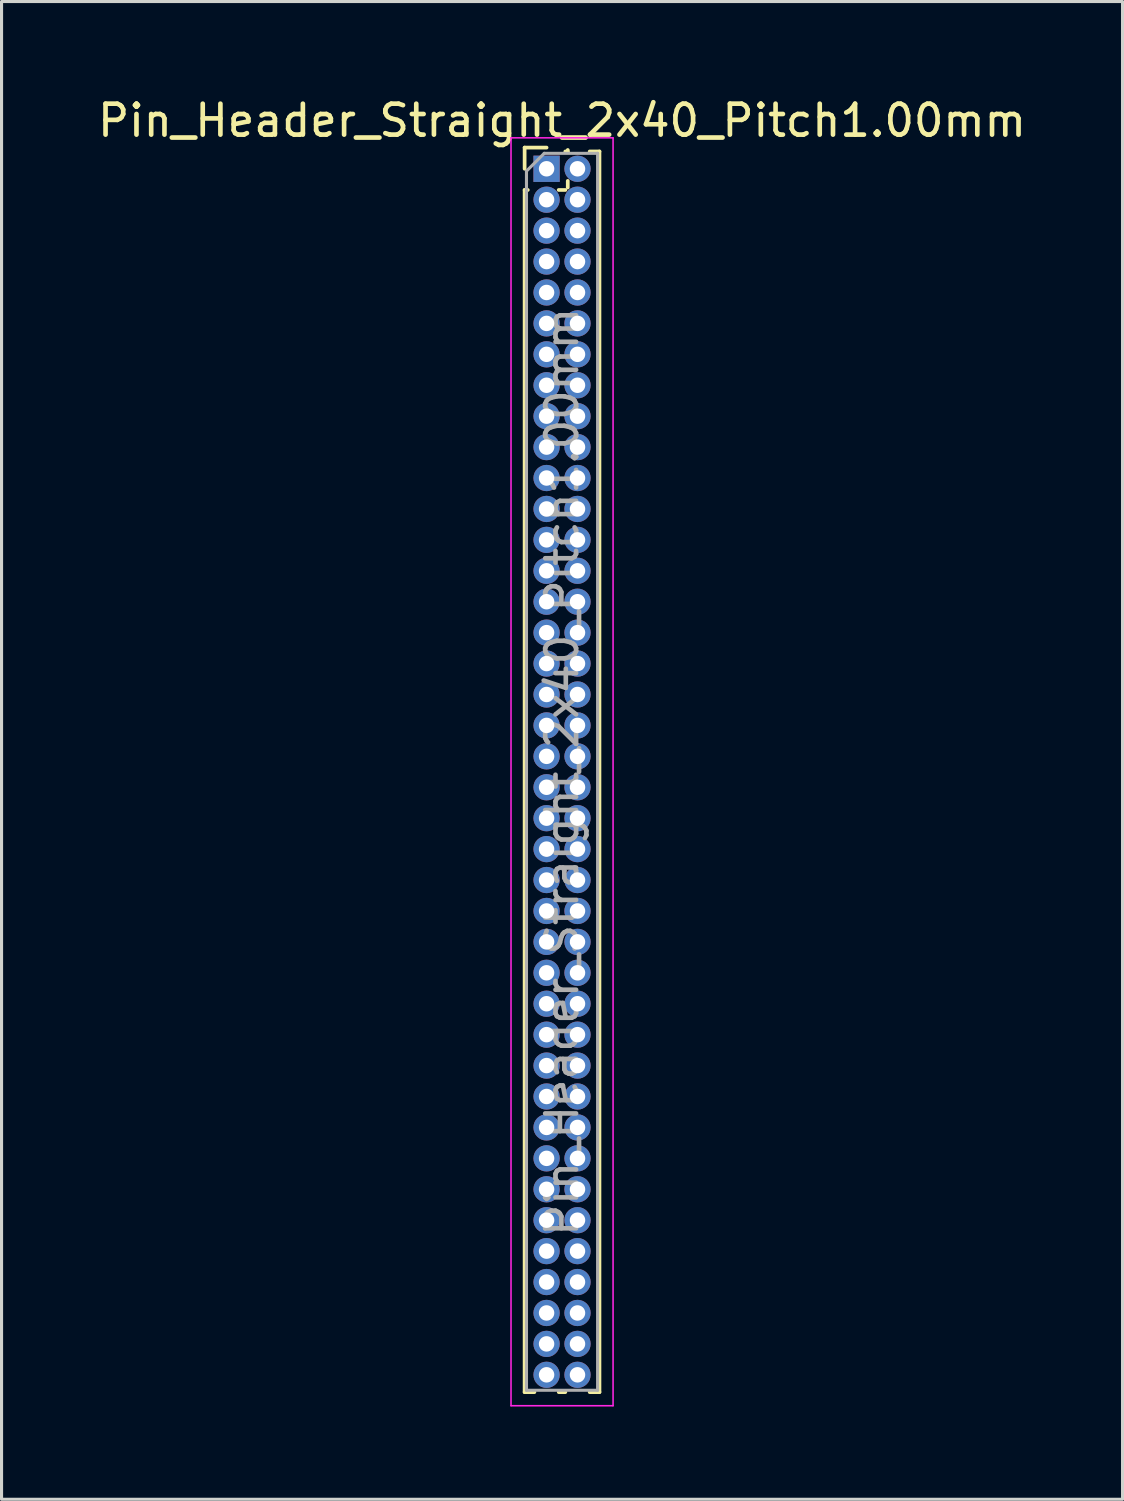
<source format=kicad_pcb>
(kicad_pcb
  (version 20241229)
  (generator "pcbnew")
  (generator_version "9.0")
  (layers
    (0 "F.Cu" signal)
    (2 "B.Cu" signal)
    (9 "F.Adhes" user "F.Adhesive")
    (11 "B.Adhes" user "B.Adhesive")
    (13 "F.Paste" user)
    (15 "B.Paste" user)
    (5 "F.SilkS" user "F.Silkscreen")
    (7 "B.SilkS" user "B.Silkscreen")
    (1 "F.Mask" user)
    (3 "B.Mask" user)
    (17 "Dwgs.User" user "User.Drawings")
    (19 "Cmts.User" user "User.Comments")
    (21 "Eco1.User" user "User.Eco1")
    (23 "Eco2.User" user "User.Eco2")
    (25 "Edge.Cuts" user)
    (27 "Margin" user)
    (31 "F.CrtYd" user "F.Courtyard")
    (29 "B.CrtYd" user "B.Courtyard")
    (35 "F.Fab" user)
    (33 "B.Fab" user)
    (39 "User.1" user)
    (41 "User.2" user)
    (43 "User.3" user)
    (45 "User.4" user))
  (footprint "Pin_Header_Straight_2x40_Pitch1.00mm"
    (layer "F.Cu")
    (at 14.625 2.408)
    (property "Reference" "Pin_Header_Straight_2x40_Pitch1.00mm" (at 0.5 -1.56 0) (layer "F.SilkS") (effects (font (size 1 1) (thickness 0.15))))
    (attr through_hole)
    (fp_line (start -0.71 -0.685) (end 0 -0.685) (stroke (width 0.12) (type solid)) (layer "F.SilkS"))
    (fp_line (start -0.71 0) (end -0.71 -0.685) (stroke (width 0.12) (type solid)) (layer "F.SilkS"))
    (fp_line (start -0.71 0.685) (end -0.71 39.56) (stroke (width 0.12) (type solid)) (layer "F.SilkS"))
    (fp_line (start -0.71 0.685) (end -0.608 0.685) (stroke (width 0.12) (type solid)) (layer "F.SilkS"))
    (fp_line (start -0.71 39.56) (end -0.394 39.56) (stroke (width 0.12) (type solid)) (layer "F.SilkS"))
    (fp_line (start 0.394 39.56) (end 0.606 39.56) (stroke (width 0.12) (type solid)) (layer "F.SilkS"))
    (fp_line (start 0.608 0.685) (end 0.392 0.685) (stroke (width 0.12) (type solid)) (layer "F.SilkS"))
    (fp_line (start 0.685 -0.608) (end 0.685 -0.56) (stroke (width 0.12) (type solid)) (layer "F.SilkS"))
    (fp_line (start 0.685 -0.56) (end 0.606 -0.56) (stroke (width 0.12) (type solid)) (layer "F.SilkS"))
    (fp_line (start 0.685 0.392) (end 0.685 0.608) (stroke (width 0.12) (type solid)) (layer "F.SilkS"))
    (fp_line (start 1.394 -0.56) (end 1.71 -0.56) (stroke (width 0.12) (type solid)) (layer "F.SilkS"))
    (fp_line (start 1.394 39.56) (end 1.71 39.56) (stroke (width 0.12) (type solid)) (layer "F.SilkS"))
    (fp_line (start 1.71 -0.56) (end 1.71 39.56) (stroke (width 0.12) (type solid)) (layer "F.SilkS"))
    (fp_line (start -1.15 -1) (end -1.15 40) (stroke (width 0.05) (type solid)) (layer "F.CrtYd"))
    (fp_line (start -1.15 40) (end 2.15 40) (stroke (width 0.05) (type solid)) (layer "F.CrtYd"))
    (fp_line (start 2.15 -1) (end -1.15 -1) (stroke (width 0.05) (type solid)) (layer "F.CrtYd"))
    (fp_line (start 2.15 40) (end 2.15 -1) (stroke (width 0.05) (type solid)) (layer "F.CrtYd"))
    (fp_line (start -0.65 0.075) (end -0.075 -0.5) (stroke (width 0.1) (type solid)) (layer "F.Fab"))
    (fp_line (start -0.65 39.5) (end -0.65 0.075) (stroke (width 0.1) (type solid)) (layer "F.Fab"))
    (fp_line (start -0.075 -0.5) (end 1.65 -0.5) (stroke (width 0.1) (type solid)) (layer "F.Fab"))
    (fp_line (start 1.65 -0.5) (end 1.65 39.5) (stroke (width 0.1) (type solid)) (layer "F.Fab"))
    (fp_line (start 1.65 39.5) (end -0.65 39.5) (stroke (width 0.1) (type solid)) (layer "F.Fab"))
    (fp_text user "${REFERENCE}" (at 0.5 19.5 90) (layer "F.Fab") (effects (font (size 1 1) (thickness 0.15))))
    (pad "1" thru_hole rect (at 0 0) (size 0.85 0.85) (drill 0.5) (layers "*.Cu" "*.Mask"))
    (pad "2" thru_hole oval (at 1 0) (size 0.85 0.85) (drill 0.5) (layers "*.Cu" "*.Mask"))
    (pad "3" thru_hole oval (at 0 1) (size 0.85 0.85) (drill 0.5) (layers "*.Cu" "*.Mask"))
    (pad "4" thru_hole oval (at 1 1) (size 0.85 0.85) (drill 0.5) (layers "*.Cu" "*.Mask"))
    (pad "5" thru_hole oval (at 0 2) (size 0.85 0.85) (drill 0.5) (layers "*.Cu" "*.Mask"))
    (pad "6" thru_hole oval (at 1 2) (size 0.85 0.85) (drill 0.5) (layers "*.Cu" "*.Mask"))
    (pad "7" thru_hole oval (at 0 3) (size 0.85 0.85) (drill 0.5) (layers "*.Cu" "*.Mask"))
    (pad "8" thru_hole oval (at 1 3) (size 0.85 0.85) (drill 0.5) (layers "*.Cu" "*.Mask"))
    (pad "9" thru_hole oval (at 0 4) (size 0.85 0.85) (drill 0.5) (layers "*.Cu" "*.Mask"))
    (pad "10" thru_hole oval (at 1 4) (size 0.85 0.85) (drill 0.5) (layers "*.Cu" "*.Mask"))
    (pad "11" thru_hole oval (at 0 5) (size 0.85 0.85) (drill 0.5) (layers "*.Cu" "*.Mask"))
    (pad "12" thru_hole oval (at 1 5) (size 0.85 0.85) (drill 0.5) (layers "*.Cu" "*.Mask"))
    (pad "13" thru_hole oval (at 0 6) (size 0.85 0.85) (drill 0.5) (layers "*.Cu" "*.Mask"))
    (pad "14" thru_hole oval (at 1 6) (size 0.85 0.85) (drill 0.5) (layers "*.Cu" "*.Mask"))
    (pad "15" thru_hole oval (at 0 7) (size 0.85 0.85) (drill 0.5) (layers "*.Cu" "*.Mask"))
    (pad "16" thru_hole oval (at 1 7) (size 0.85 0.85) (drill 0.5) (layers "*.Cu" "*.Mask"))
    (pad "17" thru_hole oval (at 0 8) (size 0.85 0.85) (drill 0.5) (layers "*.Cu" "*.Mask"))
    (pad "18" thru_hole oval (at 1 8) (size 0.85 0.85) (drill 0.5) (layers "*.Cu" "*.Mask"))
    (pad "19" thru_hole oval (at 0 9) (size 0.85 0.85) (drill 0.5) (layers "*.Cu" "*.Mask"))
    (pad "20" thru_hole oval (at 1 9) (size 0.85 0.85) (drill 0.5) (layers "*.Cu" "*.Mask"))
    (pad "21" thru_hole oval (at 0 10) (size 0.85 0.85) (drill 0.5) (layers "*.Cu" "*.Mask"))
    (pad "22" thru_hole oval (at 1 10) (size 0.85 0.85) (drill 0.5) (layers "*.Cu" "*.Mask"))
    (pad "23" thru_hole oval (at 0 11) (size 0.85 0.85) (drill 0.5) (layers "*.Cu" "*.Mask"))
    (pad "24" thru_hole oval (at 1 11) (size 0.85 0.85) (drill 0.5) (layers "*.Cu" "*.Mask"))
    (pad "25" thru_hole oval (at 0 12) (size 0.85 0.85) (drill 0.5) (layers "*.Cu" "*.Mask"))
    (pad "26" thru_hole oval (at 1 12) (size 0.85 0.85) (drill 0.5) (layers "*.Cu" "*.Mask"))
    (pad "27" thru_hole oval (at 0 13) (size 0.85 0.85) (drill 0.5) (layers "*.Cu" "*.Mask"))
    (pad "28" thru_hole oval (at 1 13) (size 0.85 0.85) (drill 0.5) (layers "*.Cu" "*.Mask"))
    (pad "29" thru_hole oval (at 0 14) (size 0.85 0.85) (drill 0.5) (layers "*.Cu" "*.Mask"))
    (pad "30" thru_hole oval (at 1 14) (size 0.85 0.85) (drill 0.5) (layers "*.Cu" "*.Mask"))
    (pad "31" thru_hole oval (at 0 15) (size 0.85 0.85) (drill 0.5) (layers "*.Cu" "*.Mask"))
    (pad "32" thru_hole oval (at 1 15) (size 0.85 0.85) (drill 0.5) (layers "*.Cu" "*.Mask"))
    (pad "33" thru_hole oval (at 0 16) (size 0.85 0.85) (drill 0.5) (layers "*.Cu" "*.Mask"))
    (pad "34" thru_hole oval (at 1 16) (size 0.85 0.85) (drill 0.5) (layers "*.Cu" "*.Mask"))
    (pad "35" thru_hole oval (at 0 17) (size 0.85 0.85) (drill 0.5) (layers "*.Cu" "*.Mask"))
    (pad "36" thru_hole oval (at 1 17) (size 0.85 0.85) (drill 0.5) (layers "*.Cu" "*.Mask"))
    (pad "37" thru_hole oval (at 0 18) (size 0.85 0.85) (drill 0.5) (layers "*.Cu" "*.Mask"))
    (pad "38" thru_hole oval (at 1 18) (size 0.85 0.85) (drill 0.5) (layers "*.Cu" "*.Mask"))
    (pad "39" thru_hole oval (at 0 19) (size 0.85 0.85) (drill 0.5) (layers "*.Cu" "*.Mask"))
    (pad "40" thru_hole oval (at 1 19) (size 0.85 0.85) (drill 0.5) (layers "*.Cu" "*.Mask"))
    (pad "41" thru_hole oval (at 0 20) (size 0.85 0.85) (drill 0.5) (layers "*.Cu" "*.Mask"))
    (pad "42" thru_hole oval (at 1 20) (size 0.85 0.85) (drill 0.5) (layers "*.Cu" "*.Mask"))
    (pad "43" thru_hole oval (at 0 21) (size 0.85 0.85) (drill 0.5) (layers "*.Cu" "*.Mask"))
    (pad "44" thru_hole oval (at 1 21) (size 0.85 0.85) (drill 0.5) (layers "*.Cu" "*.Mask"))
    (pad "45" thru_hole oval (at 0 22) (size 0.85 0.85) (drill 0.5) (layers "*.Cu" "*.Mask"))
    (pad "46" thru_hole oval (at 1 22) (size 0.85 0.85) (drill 0.5) (layers "*.Cu" "*.Mask"))
    (pad "47" thru_hole oval (at 0 23) (size 0.85 0.85) (drill 0.5) (layers "*.Cu" "*.Mask"))
    (pad "48" thru_hole oval (at 1 23) (size 0.85 0.85) (drill 0.5) (layers "*.Cu" "*.Mask"))
    (pad "49" thru_hole oval (at 0 24) (size 0.85 0.85) (drill 0.5) (layers "*.Cu" "*.Mask"))
    (pad "50" thru_hole oval (at 1 24) (size 0.85 0.85) (drill 0.5) (layers "*.Cu" "*.Mask"))
    (pad "51" thru_hole oval (at 0 25) (size 0.85 0.85) (drill 0.5) (layers "*.Cu" "*.Mask"))
    (pad "52" thru_hole oval (at 1 25) (size 0.85 0.85) (drill 0.5) (layers "*.Cu" "*.Mask"))
    (pad "53" thru_hole oval (at 0 26) (size 0.85 0.85) (drill 0.5) (layers "*.Cu" "*.Mask"))
    (pad "54" thru_hole oval (at 1 26) (size 0.85 0.85) (drill 0.5) (layers "*.Cu" "*.Mask"))
    (pad "55" thru_hole oval (at 0 27) (size 0.85 0.85) (drill 0.5) (layers "*.Cu" "*.Mask"))
    (pad "56" thru_hole oval (at 1 27) (size 0.85 0.85) (drill 0.5) (layers "*.Cu" "*.Mask"))
    (pad "57" thru_hole oval (at 0 28) (size 0.85 0.85) (drill 0.5) (layers "*.Cu" "*.Mask"))
    (pad "58" thru_hole oval (at 1 28) (size 0.85 0.85) (drill 0.5) (layers "*.Cu" "*.Mask"))
    (pad "59" thru_hole oval (at 0 29) (size 0.85 0.85) (drill 0.5) (layers "*.Cu" "*.Mask"))
    (pad "60" thru_hole oval (at 1 29) (size 0.85 0.85) (drill 0.5) (layers "*.Cu" "*.Mask"))
    (pad "61" thru_hole oval (at 0 30) (size 0.85 0.85) (drill 0.5) (layers "*.Cu" "*.Mask"))
    (pad "62" thru_hole oval (at 1 30) (size 0.85 0.85) (drill 0.5) (layers "*.Cu" "*.Mask"))
    (pad "63" thru_hole oval (at 0 31) (size 0.85 0.85) (drill 0.5) (layers "*.Cu" "*.Mask"))
    (pad "64" thru_hole oval (at 1 31) (size 0.85 0.85) (drill 0.5) (layers "*.Cu" "*.Mask"))
    (pad "65" thru_hole oval (at 0 32) (size 0.85 0.85) (drill 0.5) (layers "*.Cu" "*.Mask"))
    (pad "66" thru_hole oval (at 1 32) (size 0.85 0.85) (drill 0.5) (layers "*.Cu" "*.Mask"))
    (pad "67" thru_hole oval (at 0 33) (size 0.85 0.85) (drill 0.5) (layers "*.Cu" "*.Mask"))
    (pad "68" thru_hole oval (at 1 33) (size 0.85 0.85) (drill 0.5) (layers "*.Cu" "*.Mask"))
    (pad "69" thru_hole oval (at 0 34) (size 0.85 0.85) (drill 0.5) (layers "*.Cu" "*.Mask"))
    (pad "70" thru_hole oval (at 1 34) (size 0.85 0.85) (drill 0.5) (layers "*.Cu" "*.Mask"))
    (pad "71" thru_hole oval (at 0 35) (size 0.85 0.85) (drill 0.5) (layers "*.Cu" "*.Mask"))
    (pad "72" thru_hole oval (at 1 35) (size 0.85 0.85) (drill 0.5) (layers "*.Cu" "*.Mask"))
    (pad "73" thru_hole oval (at 0 36) (size 0.85 0.85) (drill 0.5) (layers "*.Cu" "*.Mask"))
    (pad "74" thru_hole oval (at 1 36) (size 0.85 0.85) (drill 0.5) (layers "*.Cu" "*.Mask"))
    (pad "75" thru_hole oval (at 0 37) (size 0.85 0.85) (drill 0.5) (layers "*.Cu" "*.Mask"))
    (pad "76" thru_hole oval (at 1 37) (size 0.85 0.85) (drill 0.5) (layers "*.Cu" "*.Mask"))
    (pad "77" thru_hole oval (at 0 38) (size 0.85 0.85) (drill 0.5) (layers "*.Cu" "*.Mask"))
    (pad "78" thru_hole oval (at 1 38) (size 0.85 0.85) (drill 0.5) (layers "*.Cu" "*.Mask"))
    (pad "79" thru_hole oval (at 0 39) (size 0.85 0.85) (drill 0.5) (layers "*.Cu" "*.Mask"))
    (pad "80" thru_hole oval (at 1 39) (size 0.85 0.85) (drill 0.5) (layers "*.Cu" "*.Mask")))
  (gr_rect
    (start -3 -3)
    (end 33.25 45.433)
    (stroke (width 0.1) (type default))
    (fill no)
    (layer "Edge.Cuts")))
</source>
